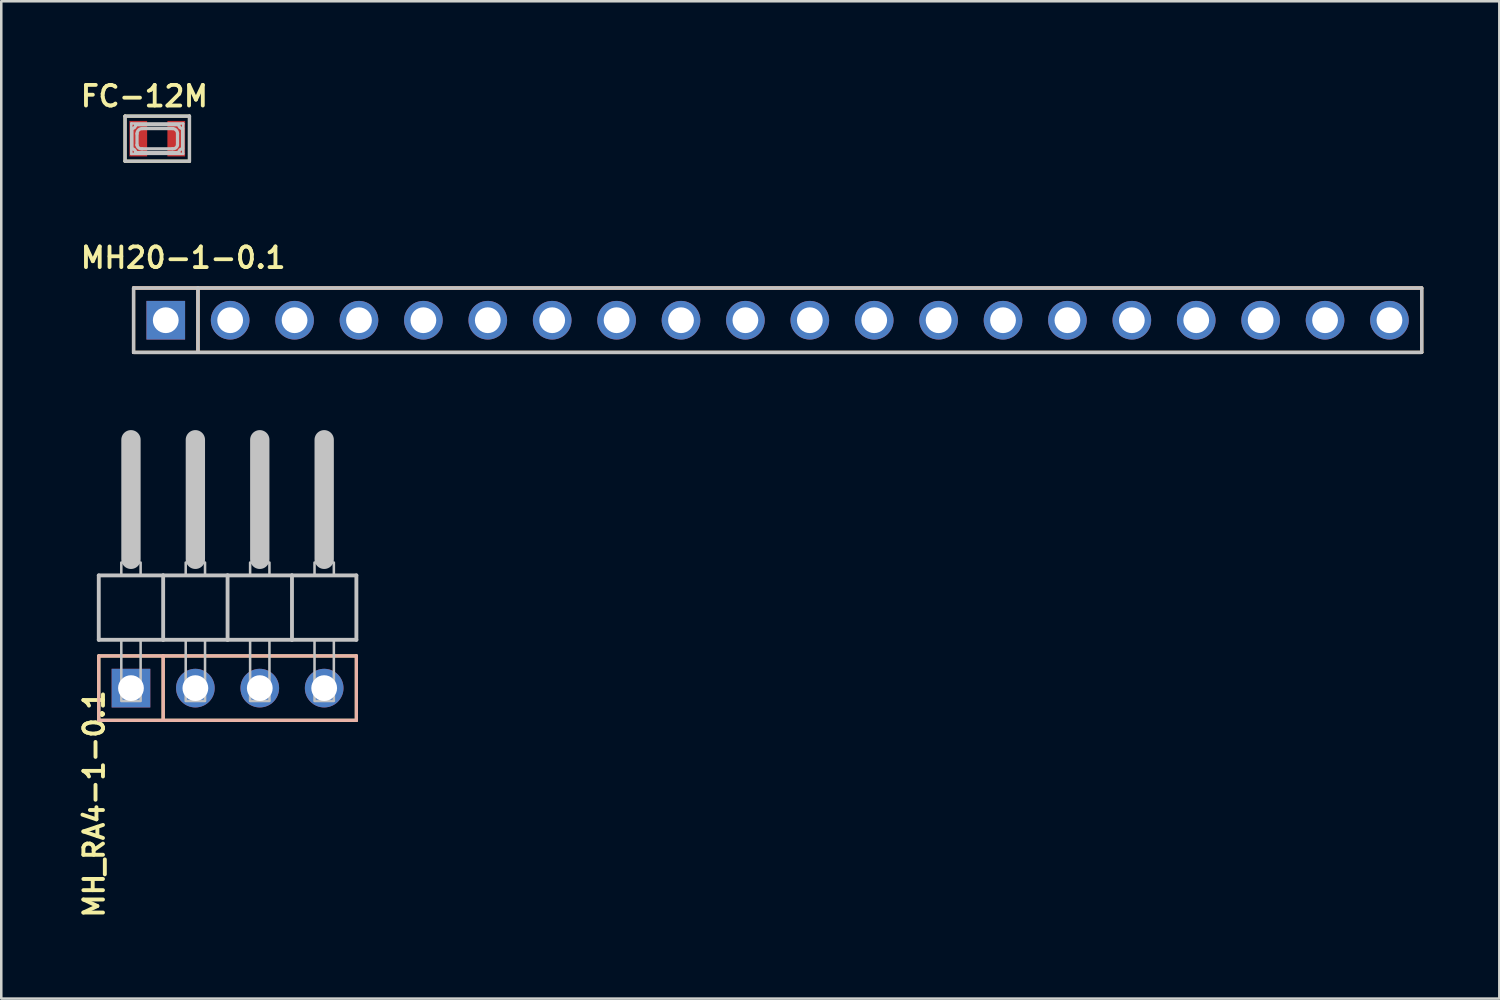
<source format=kicad_pcb>
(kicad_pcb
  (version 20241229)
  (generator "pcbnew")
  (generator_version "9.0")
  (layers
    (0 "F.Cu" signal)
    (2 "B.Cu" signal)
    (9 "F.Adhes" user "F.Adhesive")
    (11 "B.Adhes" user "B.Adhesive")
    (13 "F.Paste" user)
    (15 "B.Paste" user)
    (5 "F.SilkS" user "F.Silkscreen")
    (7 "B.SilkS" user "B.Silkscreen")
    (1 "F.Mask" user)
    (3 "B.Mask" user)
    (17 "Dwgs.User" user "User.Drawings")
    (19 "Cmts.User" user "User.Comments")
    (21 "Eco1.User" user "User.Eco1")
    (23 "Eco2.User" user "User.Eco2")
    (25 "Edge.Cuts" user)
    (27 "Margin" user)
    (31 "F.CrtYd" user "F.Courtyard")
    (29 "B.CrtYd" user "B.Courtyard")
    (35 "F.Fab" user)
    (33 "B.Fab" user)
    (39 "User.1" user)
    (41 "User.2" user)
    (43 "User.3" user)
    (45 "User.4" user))
  (footprint "MH_RA4-1-0.1"
    (layer "F.Cu")
    (at 5.925 20.278)
    (property "Reference" "MH_RA4-1-0.1" (at -5.715 3.81 90) (layer "F.SilkS") (effects (font (size 0.772 0.772) (thickness 0.154)) (justify right top)))
    (attr through_hole)
    (fp_line (start -5.08 2.54) (end -2.54 2.54) (stroke (width 0.127) (type solid)) (layer "F.SilkS"))
    (fp_line (start -5.08 5.08) (end -5.08 2.54) (stroke (width 0.127) (type solid)) (layer "F.SilkS"))
    (fp_line (start -2.54 2.54) (end -2.54 5.08) (stroke (width 0.127) (type solid)) (layer "F.SilkS"))
    (fp_line (start -2.54 2.54) (end 5.08 2.54) (stroke (width 0.127) (type solid)) (layer "F.SilkS"))
    (fp_line (start -2.54 5.08) (end -5.08 5.08) (stroke (width 0.127) (type solid)) (layer "F.SilkS"))
    (fp_line (start 5.08 2.54) (end 5.08 5.08) (stroke (width 0.127) (type solid)) (layer "F.SilkS"))
    (fp_line (start 5.08 5.08) (end -2.54 5.08) (stroke (width 0.127) (type solid)) (layer "F.SilkS"))
    (fp_line (start -5.08 2.54) (end -2.54 2.54) (stroke (width 0.127) (type solid)) (layer "B.SilkS"))
    (fp_line (start -5.08 5.08) (end -5.08 2.54) (stroke (width 0.127) (type solid)) (layer "B.SilkS"))
    (fp_line (start -2.54 2.54) (end -2.54 5.08) (stroke (width 0.127) (type solid)) (layer "B.SilkS"))
    (fp_line (start -2.54 2.54) (end 5.08 2.54) (stroke (width 0.127) (type solid)) (layer "B.SilkS"))
    (fp_line (start -2.54 5.08) (end -5.08 5.08) (stroke (width 0.127) (type solid)) (layer "B.SilkS"))
    (fp_line (start 5.08 2.54) (end 5.08 5.08) (stroke (width 0.127) (type solid)) (layer "B.SilkS"))
    (fp_line (start 5.08 5.08) (end -2.54 5.08) (stroke (width 0.127) (type solid)) (layer "B.SilkS"))
    (fp_line (start -5.08 -0.635) (end -5.08 1.905) (stroke (width 0.152) (type solid)) (layer "Dwgs.User"))
    (fp_line (start -5.08 1.905) (end -2.54 1.905) (stroke (width 0.152) (type solid)) (layer "Dwgs.User"))
    (fp_line (start -3.81 -5.985) (end -3.81 -1.27) (stroke (width 0.762) (type solid)) (layer "Dwgs.User"))
    (fp_line (start -2.54 -0.635) (end -5.08 -0.635) (stroke (width 0.152) (type solid)) (layer "Dwgs.User"))
    (fp_line (start -2.54 1.905) (end -2.54 -0.635) (stroke (width 0.152) (type solid)) (layer "Dwgs.User"))
    (fp_line (start -2.54 1.905) (end 0 1.905) (stroke (width 0.152) (type solid)) (layer "Dwgs.User"))
    (fp_line (start -1.27 -5.985) (end -1.27 -1.27) (stroke (width 0.762) (type solid)) (layer "Dwgs.User"))
    (fp_line (start 0 -0.635) (end -2.54 -0.635) (stroke (width 0.152) (type solid)) (layer "Dwgs.User"))
    (fp_line (start 0 1.905) (end 0 -0.635) (stroke (width 0.152) (type solid)) (layer "Dwgs.User"))
    (fp_line (start 0 1.905) (end 2.54 1.905) (stroke (width 0.152) (type solid)) (layer "Dwgs.User"))
    (fp_line (start 1.27 -5.985) (end 1.27 -1.27) (stroke (width 0.762) (type solid)) (layer "Dwgs.User"))
    (fp_line (start 2.54 -0.635) (end 0 -0.635) (stroke (width 0.152) (type solid)) (layer "Dwgs.User"))
    (fp_line (start 2.54 1.905) (end 2.54 -0.635) (stroke (width 0.152) (type solid)) (layer "Dwgs.User"))
    (fp_line (start 2.54 1.905) (end 5.08 1.905) (stroke (width 0.152) (type solid)) (layer "Dwgs.User"))
    (fp_line (start 3.81 -5.985) (end 3.81 -1.27) (stroke (width 0.762) (type solid)) (layer "Dwgs.User"))
    (fp_line (start 5.08 -0.635) (end 2.54 -0.635) (stroke (width 0.152) (type solid)) (layer "Dwgs.User"))
    (fp_line (start 5.08 1.905) (end 5.08 -0.635) (stroke (width 0.152) (type solid)) (layer "Dwgs.User"))
    (fp_poly (pts (xy -4.191 -0.635) (xy -3.429 -0.635) (xy -3.429 -1.143) (xy -4.191 -1.143)) (stroke (width 0.1) (type solid)) (fill no) (layer "Dwgs.User"))
    (fp_poly (pts (xy -4.191 4.318) (xy -3.429 4.318) (xy -3.429 1.905) (xy -4.191 1.905)) (stroke (width 0.1) (type solid)) (fill no) (layer "Dwgs.User"))
    (fp_poly (pts (xy -1.651 -0.635) (xy -0.889 -0.635) (xy -0.889 -1.143) (xy -1.651 -1.143)) (stroke (width 0.1) (type solid)) (fill no) (layer "Dwgs.User"))
    (fp_poly (pts (xy -1.651 4.318) (xy -0.889 4.318) (xy -0.889 1.905) (xy -1.651 1.905)) (stroke (width 0.1) (type solid)) (fill no) (layer "Dwgs.User"))
    (fp_poly (pts (xy 0.889 -0.635) (xy 1.651 -0.635) (xy 1.651 -1.143) (xy 0.889 -1.143)) (stroke (width 0.1) (type solid)) (fill no) (layer "Dwgs.User"))
    (fp_poly (pts (xy 0.889 4.318) (xy 1.651 4.318) (xy 1.651 1.905) (xy 0.889 1.905)) (stroke (width 0.1) (type solid)) (fill no) (layer "Dwgs.User"))
    (fp_poly (pts (xy 3.429 -0.635) (xy 4.191 -0.635) (xy 4.191 -1.143) (xy 3.429 -1.143)) (stroke (width 0.1) (type solid)) (fill no) (layer "Dwgs.User"))
    (fp_poly (pts (xy 3.429 4.318) (xy 4.191 4.318) (xy 4.191 1.905) (xy 3.429 1.905)) (stroke (width 0.1) (type solid)) (fill no) (layer "Dwgs.User"))
    (pad "1" thru_hole rect (at -3.81 3.81 90) (size 1.524 1.524) (drill 1.016) (layers "*.Cu" "*.Mask"))
    (pad "2" thru_hole circle (at -1.27 3.81 90) (size 1.524 1.524) (drill 1.016) (layers "*.Cu" "*.Mask"))
    (pad "3" thru_hole circle (at 1.27 3.81 90) (size 1.524 1.524) (drill 1.016) (layers "*.Cu" "*.Mask"))
    (pad "4" thru_hole circle (at 3.81 3.81 90) (size 1.524 1.524) (drill 1.016) (layers "*.Cu" "*.Mask")))
  (footprint "MH20-1-0.1"
    (layer "F.Cu")
    (at 3.487 9.579)
    (property "Reference" "MH20-1-0.1" (at 0.686 -2.464 0) (layer "F.SilkS") (effects (font (size 0.813 0.813) (thickness 0.152))))
    (attr exclude_from_pos_files exclude_from_bom)
    (fp_line (start -1.27 -1.27) (end 1.27 -1.27) (stroke (width 0.127) (type solid)) (layer "F.SilkS"))
    (fp_line (start -1.27 1.27) (end -1.27 -1.27) (stroke (width 0.127) (type solid)) (layer "F.SilkS"))
    (fp_line (start 1.27 -1.27) (end 1.27 1.27) (stroke (width 0.127) (type solid)) (layer "F.SilkS"))
    (fp_line (start 1.27 -1.27) (end 49.53 -1.27) (stroke (width 0.127) (type solid)) (layer "F.SilkS"))
    (fp_line (start 1.27 1.27) (end -1.27 1.27) (stroke (width 0.127) (type solid)) (layer "F.SilkS"))
    (fp_line (start 49.53 -1.27) (end 49.53 1.27) (stroke (width 0.127) (type solid)) (layer "F.SilkS"))
    (fp_line (start 49.53 1.27) (end 1.27 1.27) (stroke (width 0.127) (type solid)) (layer "F.SilkS"))
    (fp_line (start -1.27 -1.27) (end 1.27 -1.27) (stroke (width 0.127) (type solid)) (layer "B.SilkS"))
    (fp_line (start -1.27 1.27) (end -1.27 -1.27) (stroke (width 0.127) (type solid)) (layer "B.SilkS"))
    (fp_line (start 1.27 -1.27) (end 1.27 1.27) (stroke (width 0.127) (type solid)) (layer "B.SilkS"))
    (fp_line (start 1.27 -1.27) (end 49.53 -1.27) (stroke (width 0.127) (type solid)) (layer "B.SilkS"))
    (fp_line (start 1.27 1.27) (end -1.27 1.27) (stroke (width 0.127) (type solid)) (layer "B.SilkS"))
    (fp_line (start 49.53 -1.27) (end 49.53 1.27) (stroke (width 0.127) (type solid)) (layer "B.SilkS"))
    (fp_line (start 49.53 1.27) (end 1.27 1.27) (stroke (width 0.127) (type solid)) (layer "B.SilkS"))
    (fp_line (start -1.27 -1.27) (end 1.27 -1.27) (stroke (width 0.127) (type solid)) (layer "Dwgs.User"))
    (fp_line (start -1.27 1.27) (end -1.27 -1.27) (stroke (width 0.127) (type solid)) (layer "Dwgs.User"))
    (fp_line (start -0.254 -0.254) (end 0.254 -0.254) (stroke (width 0.066) (type solid)) (layer "Dwgs.User"))
    (fp_line (start -0.254 0.254) (end -0.254 -0.254) (stroke (width 0.066) (type solid)) (layer "Dwgs.User"))
    (fp_line (start -0.254 0.254) (end 0.254 0.254) (stroke (width 0.066) (type solid)) (layer "Dwgs.User"))
    (fp_line (start 0.254 0.254) (end 0.254 -0.254) (stroke (width 0.066) (type solid)) (layer "Dwgs.User"))
    (fp_line (start 1.27 -1.27) (end 1.27 1.27) (stroke (width 0.127) (type solid)) (layer "Dwgs.User"))
    (fp_line (start 1.27 -1.27) (end 49.53 -1.27) (stroke (width 0.127) (type solid)) (layer "Dwgs.User"))
    (fp_line (start 1.27 1.27) (end -1.27 1.27) (stroke (width 0.127) (type solid)) (layer "Dwgs.User"))
    (fp_line (start 2.286 -0.254) (end 2.794 -0.254) (stroke (width 0.066) (type solid)) (layer "Dwgs.User"))
    (fp_line (start 2.286 0.254) (end 2.286 -0.254) (stroke (width 0.066) (type solid)) (layer "Dwgs.User"))
    (fp_line (start 2.286 0.254) (end 2.794 0.254) (stroke (width 0.066) (type solid)) (layer "Dwgs.User"))
    (fp_line (start 2.794 0.254) (end 2.794 -0.254) (stroke (width 0.066) (type solid)) (layer "Dwgs.User"))
    (fp_line (start 4.826 -0.254) (end 5.334 -0.254) (stroke (width 0.066) (type solid)) (layer "Dwgs.User"))
    (fp_line (start 4.826 0.254) (end 4.826 -0.254) (stroke (width 0.066) (type solid)) (layer "Dwgs.User"))
    (fp_line (start 4.826 0.254) (end 5.334 0.254) (stroke (width 0.066) (type solid)) (layer "Dwgs.User"))
    (fp_line (start 5.334 0.254) (end 5.334 -0.254) (stroke (width 0.066) (type solid)) (layer "Dwgs.User"))
    (fp_line (start 7.366 -0.254) (end 7.874 -0.254) (stroke (width 0.066) (type solid)) (layer "Dwgs.User"))
    (fp_line (start 7.366 0.254) (end 7.366 -0.254) (stroke (width 0.066) (type solid)) (layer "Dwgs.User"))
    (fp_line (start 7.366 0.254) (end 7.874 0.254) (stroke (width 0.066) (type solid)) (layer "Dwgs.User"))
    (fp_line (start 7.874 0.254) (end 7.874 -0.254) (stroke (width 0.066) (type solid)) (layer "Dwgs.User"))
    (fp_line (start 9.906 -0.254) (end 10.414 -0.254) (stroke (width 0.066) (type solid)) (layer "Dwgs.User"))
    (fp_line (start 9.906 0.254) (end 9.906 -0.254) (stroke (width 0.066) (type solid)) (layer "Dwgs.User"))
    (fp_line (start 9.906 0.254) (end 10.414 0.254) (stroke (width 0.066) (type solid)) (layer "Dwgs.User"))
    (fp_line (start 10.414 0.254) (end 10.414 -0.254) (stroke (width 0.066) (type solid)) (layer "Dwgs.User"))
    (fp_line (start 12.446 -0.254) (end 12.954 -0.254) (stroke (width 0.066) (type solid)) (layer "Dwgs.User"))
    (fp_line (start 12.446 0.254) (end 12.446 -0.254) (stroke (width 0.066) (type solid)) (layer "Dwgs.User"))
    (fp_line (start 12.446 0.254) (end 12.954 0.254) (stroke (width 0.066) (type solid)) (layer "Dwgs.User"))
    (fp_line (start 12.954 0.254) (end 12.954 -0.254) (stroke (width 0.066) (type solid)) (layer "Dwgs.User"))
    (fp_line (start 14.986 -0.254) (end 15.494 -0.254) (stroke (width 0.066) (type solid)) (layer "Dwgs.User"))
    (fp_line (start 14.986 0.254) (end 14.986 -0.254) (stroke (width 0.066) (type solid)) (layer "Dwgs.User"))
    (fp_line (start 14.986 0.254) (end 15.494 0.254) (stroke (width 0.066) (type solid)) (layer "Dwgs.User"))
    (fp_line (start 15.494 0.254) (end 15.494 -0.254) (stroke (width 0.066) (type solid)) (layer "Dwgs.User"))
    (fp_line (start 17.523 -0.254) (end 18.034 -0.254) (stroke (width 0.066) (type solid)) (layer "Dwgs.User"))
    (fp_line (start 17.523 0.254) (end 17.523 -0.254) (stroke (width 0.066) (type solid)) (layer "Dwgs.User"))
    (fp_line (start 17.523 0.254) (end 18.034 0.254) (stroke (width 0.066) (type solid)) (layer "Dwgs.User"))
    (fp_line (start 18.034 0.254) (end 18.034 -0.254) (stroke (width 0.066) (type solid)) (layer "Dwgs.User"))
    (fp_line (start 20.066 -0.254) (end 20.574 -0.254) (stroke (width 0.066) (type solid)) (layer "Dwgs.User"))
    (fp_line (start 20.066 0.254) (end 20.066 -0.254) (stroke (width 0.066) (type solid)) (layer "Dwgs.User"))
    (fp_line (start 20.066 0.254) (end 20.574 0.254) (stroke (width 0.066) (type solid)) (layer "Dwgs.User"))
    (fp_line (start 20.574 0.254) (end 20.574 -0.254) (stroke (width 0.066) (type solid)) (layer "Dwgs.User"))
    (fp_line (start 22.606 -0.254) (end 23.114 -0.254) (stroke (width 0.066) (type solid)) (layer "Dwgs.User"))
    (fp_line (start 22.606 0.254) (end 22.606 -0.254) (stroke (width 0.066) (type solid)) (layer "Dwgs.User"))
    (fp_line (start 22.606 0.254) (end 23.114 0.254) (stroke (width 0.066) (type solid)) (layer "Dwgs.User"))
    (fp_line (start 23.114 0.254) (end 23.114 -0.254) (stroke (width 0.066) (type solid)) (layer "Dwgs.User"))
    (fp_line (start 25.146 -0.254) (end 25.654 -0.254) (stroke (width 0.066) (type solid)) (layer "Dwgs.User"))
    (fp_line (start 25.146 0.254) (end 25.146 -0.254) (stroke (width 0.066) (type solid)) (layer "Dwgs.User"))
    (fp_line (start 25.146 0.254) (end 25.654 0.254) (stroke (width 0.066) (type solid)) (layer "Dwgs.User"))
    (fp_line (start 25.654 0.254) (end 25.654 -0.254) (stroke (width 0.066) (type solid)) (layer "Dwgs.User"))
    (fp_line (start 27.686 -0.254) (end 28.194 -0.254) (stroke (width 0.066) (type solid)) (layer "Dwgs.User"))
    (fp_line (start 27.686 0.254) (end 27.686 -0.254) (stroke (width 0.066) (type solid)) (layer "Dwgs.User"))
    (fp_line (start 27.686 0.254) (end 28.194 0.254) (stroke (width 0.066) (type solid)) (layer "Dwgs.User"))
    (fp_line (start 28.194 0.254) (end 28.194 -0.254) (stroke (width 0.066) (type solid)) (layer "Dwgs.User"))
    (fp_line (start 30.226 -0.254) (end 30.734 -0.254) (stroke (width 0.066) (type solid)) (layer "Dwgs.User"))
    (fp_line (start 30.226 0.254) (end 30.226 -0.254) (stroke (width 0.066) (type solid)) (layer "Dwgs.User"))
    (fp_line (start 30.226 0.254) (end 30.734 0.254) (stroke (width 0.066) (type solid)) (layer "Dwgs.User"))
    (fp_line (start 30.734 0.254) (end 30.734 -0.254) (stroke (width 0.066) (type solid)) (layer "Dwgs.User"))
    (fp_line (start 32.766 -0.254) (end 33.274 -0.254) (stroke (width 0.066) (type solid)) (layer "Dwgs.User"))
    (fp_line (start 32.766 0.254) (end 32.766 -0.254) (stroke (width 0.066) (type solid)) (layer "Dwgs.User"))
    (fp_line (start 32.766 0.254) (end 33.274 0.254) (stroke (width 0.066) (type solid)) (layer "Dwgs.User"))
    (fp_line (start 33.274 0.254) (end 33.274 -0.254) (stroke (width 0.066) (type solid)) (layer "Dwgs.User"))
    (fp_line (start 35.303 -0.254) (end 35.814 -0.254) (stroke (width 0.066) (type solid)) (layer "Dwgs.User"))
    (fp_line (start 35.303 0.254) (end 35.303 -0.254) (stroke (width 0.066) (type solid)) (layer "Dwgs.User"))
    (fp_line (start 35.303 0.254) (end 35.814 0.254) (stroke (width 0.066) (type solid)) (layer "Dwgs.User"))
    (fp_line (start 35.814 0.254) (end 35.814 -0.254) (stroke (width 0.066) (type solid)) (layer "Dwgs.User"))
    (fp_line (start 37.846 -0.254) (end 38.354 -0.254) (stroke (width 0.066) (type solid)) (layer "Dwgs.User"))
    (fp_line (start 37.846 0.254) (end 37.846 -0.254) (stroke (width 0.066) (type solid)) (layer "Dwgs.User"))
    (fp_line (start 37.846 0.254) (end 38.354 0.254) (stroke (width 0.066) (type solid)) (layer "Dwgs.User"))
    (fp_line (start 38.354 0.254) (end 38.354 -0.254) (stroke (width 0.066) (type solid)) (layer "Dwgs.User"))
    (fp_line (start 40.386 -0.254) (end 40.894 -0.254) (stroke (width 0.066) (type solid)) (layer "Dwgs.User"))
    (fp_line (start 40.386 0.254) (end 40.386 -0.254) (stroke (width 0.066) (type solid)) (layer "Dwgs.User"))
    (fp_line (start 40.386 0.254) (end 40.894 0.254) (stroke (width 0.066) (type solid)) (layer "Dwgs.User"))
    (fp_line (start 40.894 0.254) (end 40.894 -0.254) (stroke (width 0.066) (type solid)) (layer "Dwgs.User"))
    (fp_line (start 42.926 -0.254) (end 43.434 -0.254) (stroke (width 0.066) (type solid)) (layer "Dwgs.User"))
    (fp_line (start 42.926 0.254) (end 42.926 -0.254) (stroke (width 0.066) (type solid)) (layer "Dwgs.User"))
    (fp_line (start 42.926 0.254) (end 43.434 0.254) (stroke (width 0.066) (type solid)) (layer "Dwgs.User"))
    (fp_line (start 43.434 0.254) (end 43.434 -0.254) (stroke (width 0.066) (type solid)) (layer "Dwgs.User"))
    (fp_line (start 45.466 -0.254) (end 45.974 -0.254) (stroke (width 0.066) (type solid)) (layer "Dwgs.User"))
    (fp_line (start 45.466 0.254) (end 45.466 -0.254) (stroke (width 0.066) (type solid)) (layer "Dwgs.User"))
    (fp_line (start 45.466 0.254) (end 45.974 0.254) (stroke (width 0.066) (type solid)) (layer "Dwgs.User"))
    (fp_line (start 45.974 0.254) (end 45.974 -0.254) (stroke (width 0.066) (type solid)) (layer "Dwgs.User"))
    (fp_line (start 48.006 -0.254) (end 48.514 -0.254) (stroke (width 0.066) (type solid)) (layer "Dwgs.User"))
    (fp_line (start 48.006 0.254) (end 48.006 -0.254) (stroke (width 0.066) (type solid)) (layer "Dwgs.User"))
    (fp_line (start 48.006 0.254) (end 48.514 0.254) (stroke (width 0.066) (type solid)) (layer "Dwgs.User"))
    (fp_line (start 48.514 0.254) (end 48.514 -0.254) (stroke (width 0.066) (type solid)) (layer "Dwgs.User"))
    (fp_line (start 49.53 -1.27) (end 49.53 1.27) (stroke (width 0.127) (type solid)) (layer "Dwgs.User"))
    (fp_line (start 49.53 1.27) (end 1.27 1.27) (stroke (width 0.127) (type solid)) (layer "Dwgs.User"))
    (pad "1" thru_hole rect (at 0 0) (size 1.524 1.524) (drill 1.016) (layers "*.Cu" "*.Paste" "*.Mask"))
    (pad "2" thru_hole circle (at 2.54 0) (size 1.524 1.524) (drill 1.016) (layers "*.Cu" "*.Paste" "*.Mask"))
    (pad "3" thru_hole circle (at 5.08 0) (size 1.524 1.524) (drill 1.016) (layers "*.Cu" "*.Paste" "*.Mask"))
    (pad "4" thru_hole circle (at 7.62 0) (size 1.524 1.524) (drill 1.016) (layers "*.Cu" "*.Paste" "*.Mask"))
    (pad "5" thru_hole circle (at 10.16 0) (size 1.524 1.524) (drill 1.016) (layers "*.Cu" "*.Paste" "*.Mask"))
    (pad "6" thru_hole circle (at 12.7 0) (size 1.524 1.524) (drill 1.016) (layers "*.Cu" "*.Paste" "*.Mask"))
    (pad "7" thru_hole circle (at 15.24 0) (size 1.524 1.524) (drill 1.016) (layers "*.Cu" "*.Paste" "*.Mask"))
    (pad "8" thru_hole circle (at 17.78 0) (size 1.524 1.524) (drill 1.016) (layers "*.Cu" "*.Paste" "*.Mask"))
    (pad "9" thru_hole circle (at 20.32 0) (size 1.524 1.524) (drill 1.016) (layers "*.Cu" "*.Paste" "*.Mask"))
    (pad "10" thru_hole circle (at 22.86 0) (size 1.524 1.524) (drill 1.016) (layers "*.Cu" "*.Paste" "*.Mask"))
    (pad "11" thru_hole circle (at 25.4 0) (size 1.524 1.524) (drill 1.016) (layers "*.Cu" "*.Paste" "*.Mask"))
    (pad "12" thru_hole circle (at 27.94 0) (size 1.524 1.524) (drill 1.016) (layers "*.Cu" "*.Paste" "*.Mask"))
    (pad "13" thru_hole circle (at 30.48 0) (size 1.524 1.524) (drill 1.016) (layers "*.Cu" "*.Paste" "*.Mask"))
    (pad "14" thru_hole circle (at 33.02 0) (size 1.524 1.524) (drill 1.016) (layers "*.Cu" "*.Paste" "*.Mask"))
    (pad "15" thru_hole circle (at 35.56 0) (size 1.524 1.524) (drill 1.016) (layers "*.Cu" "*.Paste" "*.Mask"))
    (pad "16" thru_hole circle (at 38.1 0) (size 1.524 1.524) (drill 1.016) (layers "*.Cu" "*.Paste" "*.Mask"))
    (pad "17" thru_hole circle (at 40.64 0) (size 1.524 1.524) (drill 1.016) (layers "*.Cu" "*.Paste" "*.Mask"))
    (pad "18" thru_hole circle (at 43.18 0) (size 1.524 1.524) (drill 1.016) (layers "*.Cu" "*.Paste" "*.Mask"))
    (pad "19" thru_hole circle (at 45.72 0) (size 1.524 1.524) (drill 1.016) (layers "*.Cu" "*.Paste" "*.Mask"))
    (pad "20" thru_hole circle (at 48.26 0) (size 1.524 1.524) (drill 1.016) (layers "*.Cu" "*.Paste" "*.Mask")))
  (footprint "FC-12M"
    (layer "F.Cu")
    (at 3.152 2.419)
    (property "Reference" "FC-12M" (at -0.508 -1.676 0) (layer "F.SilkS") (effects (font (size 0.813 0.813) (thickness 0.152))))
    (attr smd)
    (fp_line (start -1.27 -0.889) (end 1.27 -0.889) (stroke (width 0.127) (type solid)) (layer "F.SilkS"))
    (fp_line (start -1.27 0.889) (end -1.27 -0.889) (stroke (width 0.127) (type solid)) (layer "F.SilkS"))
    (fp_line (start 1.27 -0.889) (end 1.27 0.889) (stroke (width 0.127) (type solid)) (layer "F.SilkS"))
    (fp_line (start 1.27 0.889) (end -1.27 0.889) (stroke (width 0.127) (type solid)) (layer "F.SilkS"))
    (fp_line (start -1.27 -0.889) (end 1.27 -0.889) (stroke (width 0.127) (type solid)) (layer "Dwgs.User"))
    (fp_line (start -1.27 0.889) (end -1.27 -0.889) (stroke (width 0.127) (type solid)) (layer "Dwgs.User"))
    (fp_line (start -1.024 -0.599) (end -1.024 0.599) (stroke (width 0.1) (type solid)) (layer "Dwgs.User"))
    (fp_line (start -1.024 0.599) (end 1.024 0.599) (stroke (width 0.1) (type solid)) (layer "Dwgs.User"))
    (fp_line (start -0.998 0.399) (end -0.998 -0.399) (stroke (width 0.127) (type solid)) (layer "Dwgs.User"))
    (fp_line (start -0.848 -0.549) (end 0.848 -0.549) (stroke (width 0.127) (type solid)) (layer "Dwgs.User"))
    (fp_line (start -0.798 0.249) (end -0.798 -0.198) (stroke (width 0.127) (type solid)) (layer "Dwgs.User"))
    (fp_line (start -0.599 -0.399) (end 0.599 -0.399) (stroke (width 0.127) (type solid)) (layer "Dwgs.User"))
    (fp_line (start -0.599 0.399) (end 0.599 0.399) (stroke (width 0.127) (type solid)) (layer "Dwgs.User"))
    (fp_line (start 0.798 -0.198) (end 0.798 0.249) (stroke (width 0.127) (type solid)) (layer "Dwgs.User"))
    (fp_line (start 0.848 0.549) (end -0.848 0.549) (stroke (width 0.127) (type solid)) (layer "Dwgs.User"))
    (fp_line (start 0.998 -0.399) (end 0.998 0.399) (stroke (width 0.127) (type solid)) (layer "Dwgs.User"))
    (fp_line (start 1.024 -0.599) (end -1.024 -0.599) (stroke (width 0.1) (type solid)) (layer "Dwgs.User"))
    (fp_line (start 1.024 0.599) (end 1.024 -0.599) (stroke (width 0.1) (type solid)) (layer "Dwgs.User"))
    (fp_line (start 1.27 -0.889) (end 1.27 0.889) (stroke (width 0.127) (type solid)) (layer "Dwgs.User"))
    (fp_line (start 1.27 0.889) (end -1.27 0.889) (stroke (width 0.127) (type solid)) (layer "Dwgs.User"))
    (fp_arc (start -0.99822 0.39878) (mid -0.892253 0.442673) (end -0.84836 0.54864) (stroke (width 0.127) (type solid)) (layer "Dwgs.User"))
    (fp_arc (start -0.84836 -0.54864) (mid -0.892253 -0.442673) (end -0.99822 -0.39878) (stroke (width 0.127) (type solid)) (layer "Dwgs.User"))
    (fp_arc (start -0.79756 -0.19812) (mid -0.739532 -0.338212) (end -0.59944 -0.39624) (stroke (width 0.127) (type solid)) (layer "Dwgs.User"))
    (fp_arc (start -0.59944 0.39878) (mid -0.730807 0.365408) (end -0.8001 0.24892) (stroke (width 0.127) (type solid)) (layer "Dwgs.User"))
    (fp_arc (start 0.59944 -0.39878) (mid 0.741328 -0.340008) (end 0.8001 -0.19812) (stroke (width 0.127) (type solid)) (layer "Dwgs.User"))
    (fp_arc (start 0.79756 0.24892) (mid 0.729011 0.363612) (end 0.59944 0.39624) (stroke (width 0.127) (type solid)) (layer "Dwgs.User"))
    (fp_arc (start 0.84836 0.54864) (mid 0.892253 0.442673) (end 0.99822 0.39878) (stroke (width 0.127) (type solid)) (layer "Dwgs.User"))
    (fp_arc (start 0.99822 -0.39878) (mid 0.892253 -0.442673) (end 0.84836 -0.54864) (stroke (width 0.127) (type solid)) (layer "Dwgs.User"))
    (pad "1" smd rect (at -0.749 0 90) (size 1.4 0.699) (layers "F.Cu" "F.Mask" "F.Paste"))
    (pad "2" smd rect (at 0.749 0 90) (size 1.4 0.699) (layers "F.Cu" "F.Mask" "F.Paste")))
  (gr_rect
    (start -3 -3)
    (end 56.08 36.332)
    (stroke (width 0.1) (type default))
    (fill no)
    (layer "Edge.Cuts")))
</source>
